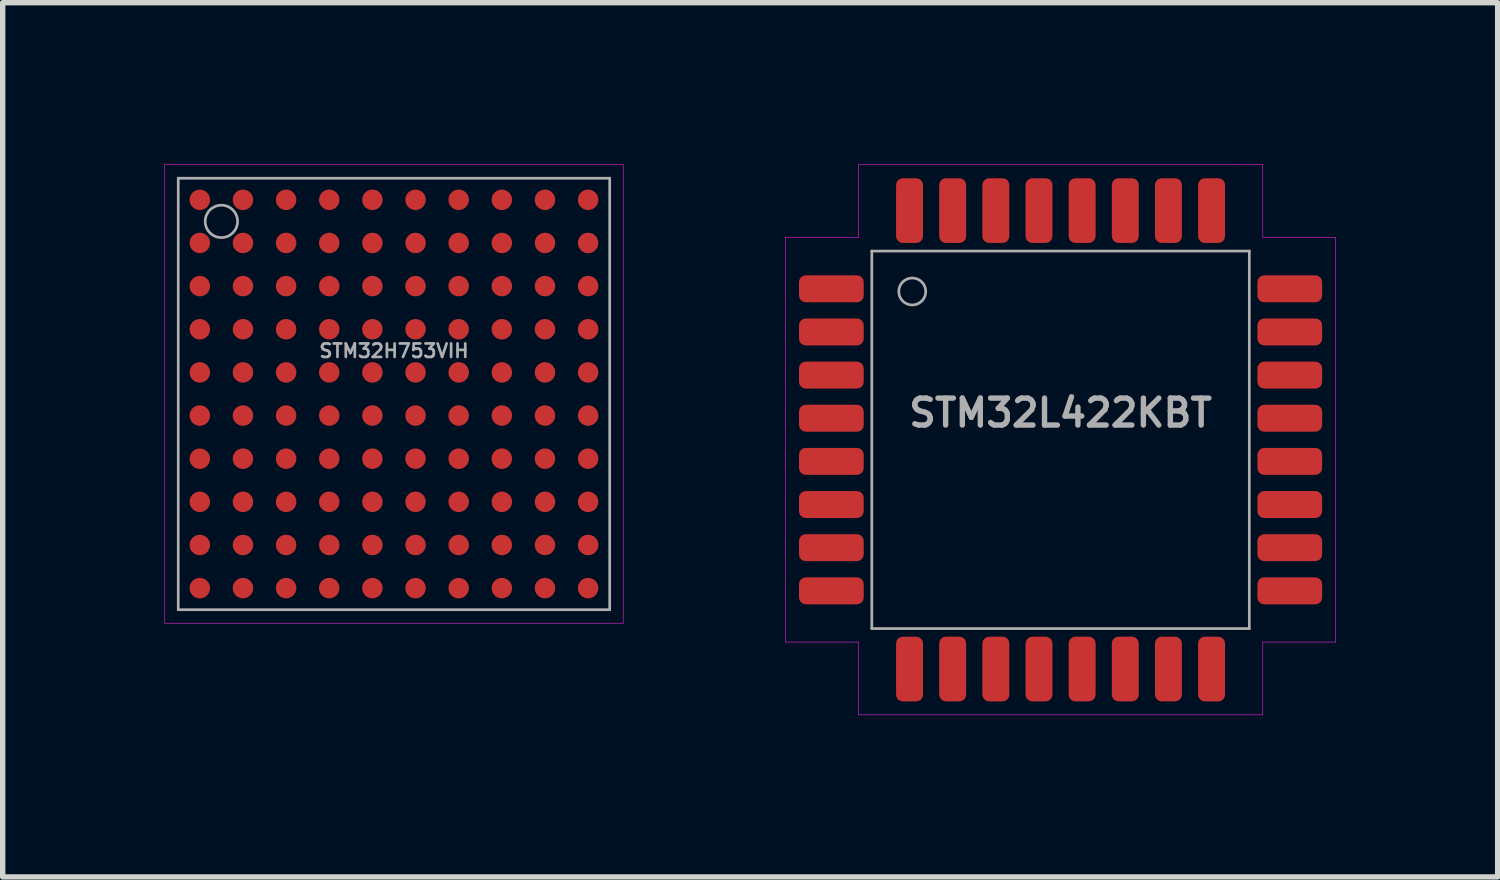
<source format=kicad_pcb>
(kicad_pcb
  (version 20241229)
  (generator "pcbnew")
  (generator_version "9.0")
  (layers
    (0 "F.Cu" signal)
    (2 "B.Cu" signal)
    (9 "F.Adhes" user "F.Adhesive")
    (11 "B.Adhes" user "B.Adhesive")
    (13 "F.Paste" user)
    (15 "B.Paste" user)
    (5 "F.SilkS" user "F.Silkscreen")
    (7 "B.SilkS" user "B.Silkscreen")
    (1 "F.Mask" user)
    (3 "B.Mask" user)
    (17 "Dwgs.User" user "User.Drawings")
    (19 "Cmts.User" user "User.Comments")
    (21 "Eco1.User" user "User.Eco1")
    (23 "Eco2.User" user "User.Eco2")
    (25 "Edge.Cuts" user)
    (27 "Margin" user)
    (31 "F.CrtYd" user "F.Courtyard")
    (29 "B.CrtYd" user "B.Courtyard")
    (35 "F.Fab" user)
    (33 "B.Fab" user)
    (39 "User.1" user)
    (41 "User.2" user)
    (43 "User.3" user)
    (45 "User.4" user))
  (footprint "STM32H753VIH"
    (layer "F.Cu")
    (at 4.255 4.255)
    (property "Reference" "STM32H753VIH" (at 0 -0.8 0) (layer "F.Fab") (effects (font (size 0.25 0.25) (thickness 0.05))))
    (attr smd)
    (fp_line (start -4.25 -4.25) (end 4.25 -4.25) (stroke (width 0.01) (type solid)) (layer "F.CrtYd"))
    (fp_line (start -4.25 4.25) (end -4.25 -4.25) (stroke (width 0.01) (type solid)) (layer "F.CrtYd"))
    (fp_line (start 4.25 -4.25) (end 4.25 4.25) (stroke (width 0.01) (type solid)) (layer "F.CrtYd"))
    (fp_line (start 4.25 4.25) (end -4.25 4.25) (stroke (width 0.01) (type solid)) (layer "F.CrtYd"))
    (fp_line (start -4 -4) (end -4 4) (stroke (width 0.05) (type solid)) (layer "F.Fab"))
    (fp_line (start -4 4) (end 4 4) (stroke (width 0.05) (type solid)) (layer "F.Fab"))
    (fp_line (start 4 -4) (end -4 -4) (stroke (width 0.05) (type solid)) (layer "F.Fab"))
    (fp_line (start 4 4) (end 4 -4) (stroke (width 0.05) (type solid)) (layer "F.Fab"))
    (fp_circle (center -3.2 -3.2) (end -2.9 -3.2) (stroke (width 0.05) (type solid)) (fill no) (layer "F.Fab"))
    (pad "A1" smd circle (at -3.6 -3.6) (size 0.38 0.38) (layers "F.Cu" "F.Mask" "F.Paste"))
    (pad "A2" smd circle (at -2.8 -3.6) (size 0.38 0.38) (layers "F.Cu" "F.Mask" "F.Paste"))
    (pad "A3" smd circle (at -2 -3.6) (size 0.38 0.38) (layers "F.Cu" "F.Mask" "F.Paste"))
    (pad "A4" smd circle (at -1.2 -3.6) (size 0.38 0.38) (layers "F.Cu" "F.Mask" "F.Paste"))
    (pad "A5" smd circle (at -0.4 -3.6) (size 0.38 0.38) (layers "F.Cu" "F.Mask" "F.Paste"))
    (pad "A6" smd circle (at 0.4 -3.6) (size 0.38 0.38) (layers "F.Cu" "F.Mask" "F.Paste"))
    (pad "A7" smd circle (at 1.2 -3.6) (size 0.38 0.38) (layers "F.Cu" "F.Mask" "F.Paste"))
    (pad "A8" smd circle (at 2 -3.6) (size 0.38 0.38) (layers "F.Cu" "F.Mask" "F.Paste"))
    (pad "A9" smd circle (at 2.8 -3.6) (size 0.38 0.38) (layers "F.Cu" "F.Mask" "F.Paste"))
    (pad "A10" smd circle (at 3.6 -3.6) (size 0.38 0.38) (layers "F.Cu" "F.Mask" "F.Paste"))
    (pad "B1" smd circle (at -3.6 -2.8) (size 0.38 0.38) (layers "F.Cu" "F.Mask" "F.Paste"))
    (pad "B2" smd circle (at -2.8 -2.8) (size 0.38 0.38) (layers "F.Cu" "F.Mask" "F.Paste"))
    (pad "B3" smd circle (at -2 -2.8) (size 0.38 0.38) (layers "F.Cu" "F.Mask" "F.Paste"))
    (pad "B4" smd circle (at -1.2 -2.8) (size 0.38 0.38) (layers "F.Cu" "F.Mask" "F.Paste"))
    (pad "B5" smd circle (at -0.4 -2.8) (size 0.38 0.38) (layers "F.Cu" "F.Mask" "F.Paste"))
    (pad "B6" smd circle (at 0.4 -2.8) (size 0.38 0.38) (layers "F.Cu" "F.Mask" "F.Paste"))
    (pad "B7" smd circle (at 1.2 -2.8) (size 0.38 0.38) (layers "F.Cu" "F.Mask" "F.Paste"))
    (pad "B8" smd circle (at 2 -2.8) (size 0.38 0.38) (layers "F.Cu" "F.Mask" "F.Paste"))
    (pad "B9" smd circle (at 2.8 -2.8) (size 0.38 0.38) (layers "F.Cu" "F.Mask" "F.Paste"))
    (pad "B10" smd circle (at 3.6 -2.8) (size 0.38 0.38) (layers "F.Cu" "F.Mask" "F.Paste"))
    (pad "C1" smd circle (at -3.6 -2) (size 0.38 0.38) (layers "F.Cu" "F.Mask" "F.Paste"))
    (pad "C2" smd circle (at -2.8 -2) (size 0.38 0.38) (layers "F.Cu" "F.Mask" "F.Paste"))
    (pad "C3" smd circle (at -2 -2) (size 0.38 0.38) (layers "F.Cu" "F.Mask" "F.Paste"))
    (pad "C4" smd circle (at -1.2 -2) (size 0.38 0.38) (layers "F.Cu" "F.Mask" "F.Paste"))
    (pad "C5" smd circle (at -0.4 -2) (size 0.38 0.38) (layers "F.Cu" "F.Mask" "F.Paste"))
    (pad "C6" smd circle (at 0.4 -2) (size 0.38 0.38) (layers "F.Cu" "F.Mask" "F.Paste"))
    (pad "C7" smd circle (at 1.2 -2) (size 0.38 0.38) (layers "F.Cu" "F.Mask" "F.Paste"))
    (pad "C8" smd circle (at 2 -2) (size 0.38 0.38) (layers "F.Cu" "F.Mask" "F.Paste"))
    (pad "C9" smd circle (at 2.8 -2) (size 0.38 0.38) (layers "F.Cu" "F.Mask" "F.Paste"))
    (pad "C10" smd circle (at 3.6 -2) (size 0.38 0.38) (layers "F.Cu" "F.Mask" "F.Paste"))
    (pad "D1" smd circle (at -3.6 -1.2) (size 0.38 0.38) (layers "F.Cu" "F.Mask" "F.Paste"))
    (pad "D2" smd circle (at -2.8 -1.2) (size 0.38 0.38) (layers "F.Cu" "F.Mask" "F.Paste"))
    (pad "D3" smd circle (at -2 -1.2) (size 0.38 0.38) (layers "F.Cu" "F.Mask" "F.Paste"))
    (pad "D4" smd circle (at -1.2 -1.2) (size 0.38 0.38) (layers "F.Cu" "F.Mask" "F.Paste"))
    (pad "D5" smd circle (at -0.4 -1.2) (size 0.38 0.38) (layers "F.Cu" "F.Mask" "F.Paste"))
    (pad "D6" smd circle (at 0.4 -1.2) (size 0.38 0.38) (layers "F.Cu" "F.Mask" "F.Paste"))
    (pad "D7" smd circle (at 1.2 -1.2) (size 0.38 0.38) (layers "F.Cu" "F.Mask" "F.Paste"))
    (pad "D8" smd circle (at 2 -1.2) (size 0.38 0.38) (layers "F.Cu" "F.Mask" "F.Paste"))
    (pad "D9" smd circle (at 2.8 -1.2) (size 0.38 0.38) (layers "F.Cu" "F.Mask" "F.Paste"))
    (pad "D10" smd circle (at 3.6 -1.2) (size 0.38 0.38) (layers "F.Cu" "F.Mask" "F.Paste"))
    (pad "E1" smd circle (at -3.6 -0.4) (size 0.38 0.38) (layers "F.Cu" "F.Mask" "F.Paste"))
    (pad "E2" smd circle (at -2.8 -0.4) (size 0.38 0.38) (layers "F.Cu" "F.Mask" "F.Paste"))
    (pad "E3" smd circle (at -2 -0.4) (size 0.38 0.38) (layers "F.Cu" "F.Mask" "F.Paste"))
    (pad "E4" smd circle (at -1.2 -0.4) (size 0.38 0.38) (layers "F.Cu" "F.Mask" "F.Paste"))
    (pad "E5" smd circle (at -0.4 -0.4) (size 0.38 0.38) (layers "F.Cu" "F.Mask" "F.Paste"))
    (pad "E6" smd circle (at 0.4 -0.4) (size 0.38 0.38) (layers "F.Cu" "F.Mask" "F.Paste"))
    (pad "E7" smd circle (at 1.2 -0.4) (size 0.38 0.38) (layers "F.Cu" "F.Mask" "F.Paste"))
    (pad "E8" smd circle (at 2 -0.4) (size 0.38 0.38) (layers "F.Cu" "F.Mask" "F.Paste"))
    (pad "E9" smd circle (at 2.8 -0.4) (size 0.38 0.38) (layers "F.Cu" "F.Mask" "F.Paste"))
    (pad "E10" smd circle (at 3.6 -0.4) (size 0.38 0.38) (layers "F.Cu" "F.Mask" "F.Paste"))
    (pad "F1" smd circle (at -3.6 0.4) (size 0.38 0.38) (layers "F.Cu" "F.Mask" "F.Paste"))
    (pad "F2" smd circle (at -2.8 0.4) (size 0.38 0.38) (layers "F.Cu" "F.Mask" "F.Paste"))
    (pad "F3" smd circle (at -2 0.4) (size 0.38 0.38) (layers "F.Cu" "F.Mask" "F.Paste"))
    (pad "F4" smd circle (at -1.2 0.4) (size 0.38 0.38) (layers "F.Cu" "F.Mask" "F.Paste"))
    (pad "F5" smd circle (at -0.4 0.4) (size 0.38 0.38) (layers "F.Cu" "F.Mask" "F.Paste"))
    (pad "F6" smd circle (at 0.4 0.4) (size 0.38 0.38) (layers "F.Cu" "F.Mask" "F.Paste"))
    (pad "F7" smd circle (at 1.2 0.4) (size 0.38 0.38) (layers "F.Cu" "F.Mask" "F.Paste"))
    (pad "F8" smd circle (at 2 0.4) (size 0.38 0.38) (layers "F.Cu" "F.Mask" "F.Paste"))
    (pad "F9" smd circle (at 2.8 0.4) (size 0.38 0.38) (layers "F.Cu" "F.Mask" "F.Paste"))
    (pad "F10" smd circle (at 3.6 0.4) (size 0.38 0.38) (layers "F.Cu" "F.Mask" "F.Paste"))
    (pad "G1" smd circle (at -3.6 1.2) (size 0.38 0.38) (layers "F.Cu" "F.Mask" "F.Paste"))
    (pad "G2" smd circle (at -2.8 1.2) (size 0.38 0.38) (layers "F.Cu" "F.Mask" "F.Paste"))
    (pad "G3" smd circle (at -2 1.2) (size 0.38 0.38) (layers "F.Cu" "F.Mask" "F.Paste"))
    (pad "G4" smd circle (at -1.2 1.2) (size 0.38 0.38) (layers "F.Cu" "F.Mask" "F.Paste"))
    (pad "G5" smd circle (at -0.4 1.2) (size 0.38 0.38) (layers "F.Cu" "F.Mask" "F.Paste"))
    (pad "G6" smd circle (at 0.4 1.2) (size 0.38 0.38) (layers "F.Cu" "F.Mask" "F.Paste"))
    (pad "G7" smd circle (at 1.2 1.2) (size 0.38 0.38) (layers "F.Cu" "F.Mask" "F.Paste"))
    (pad "G8" smd circle (at 2 1.2) (size 0.38 0.38) (layers "F.Cu" "F.Mask" "F.Paste"))
    (pad "G9" smd circle (at 2.8 1.2) (size 0.38 0.38) (layers "F.Cu" "F.Mask" "F.Paste"))
    (pad "G10" smd circle (at 3.6 1.2) (size 0.38 0.38) (layers "F.Cu" "F.Mask" "F.Paste"))
    (pad "H1" smd circle (at -3.6 2) (size 0.38 0.38) (layers "F.Cu" "F.Mask" "F.Paste"))
    (pad "H2" smd circle (at -2.8 2) (size 0.38 0.38) (layers "F.Cu" "F.Mask" "F.Paste"))
    (pad "H3" smd circle (at -2 2) (size 0.38 0.38) (layers "F.Cu" "F.Mask" "F.Paste"))
    (pad "H4" smd circle (at -1.2 2) (size 0.38 0.38) (layers "F.Cu" "F.Mask" "F.Paste"))
    (pad "H5" smd circle (at -0.4 2) (size 0.38 0.38) (layers "F.Cu" "F.Mask" "F.Paste"))
    (pad "H6" smd circle (at 0.4 2) (size 0.38 0.38) (layers "F.Cu" "F.Mask" "F.Paste"))
    (pad "H7" smd circle (at 1.2 2) (size 0.38 0.38) (layers "F.Cu" "F.Mask" "F.Paste"))
    (pad "H8" smd circle (at 2 2) (size 0.38 0.38) (layers "F.Cu" "F.Mask" "F.Paste"))
    (pad "H9" smd circle (at 2.8 2) (size 0.38 0.38) (layers "F.Cu" "F.Mask" "F.Paste"))
    (pad "H10" smd circle (at 3.6 2) (size 0.38 0.38) (layers "F.Cu" "F.Mask" "F.Paste"))
    (pad "J1" smd circle (at -3.6 2.8) (size 0.38 0.38) (layers "F.Cu" "F.Mask" "F.Paste"))
    (pad "J2" smd circle (at -2.8 2.8) (size 0.38 0.38) (layers "F.Cu" "F.Mask" "F.Paste"))
    (pad "J3" smd circle (at -2 2.8) (size 0.38 0.38) (layers "F.Cu" "F.Mask" "F.Paste"))
    (pad "J4" smd circle (at -1.2 2.8) (size 0.38 0.38) (layers "F.Cu" "F.Mask" "F.Paste"))
    (pad "J5" smd circle (at -0.4 2.8) (size 0.38 0.38) (layers "F.Cu" "F.Mask" "F.Paste"))
    (pad "J6" smd circle (at 0.4 2.8) (size 0.38 0.38) (layers "F.Cu" "F.Mask" "F.Paste"))
    (pad "J7" smd circle (at 1.2 2.8) (size 0.38 0.38) (layers "F.Cu" "F.Mask" "F.Paste"))
    (pad "J8" smd circle (at 2 2.8) (size 0.38 0.38) (layers "F.Cu" "F.Mask" "F.Paste"))
    (pad "J9" smd circle (at 2.8 2.8) (size 0.38 0.38) (layers "F.Cu" "F.Mask" "F.Paste"))
    (pad "J10" smd circle (at 3.6 2.8) (size 0.38 0.38) (layers "F.Cu" "F.Mask" "F.Paste"))
    (pad "K1" smd circle (at -3.6 3.6) (size 0.38 0.38) (layers "F.Cu" "F.Mask" "F.Paste"))
    (pad "K2" smd circle (at -2.8 3.6) (size 0.38 0.38) (layers "F.Cu" "F.Mask" "F.Paste"))
    (pad "K3" smd circle (at -2 3.6) (size 0.38 0.38) (layers "F.Cu" "F.Mask" "F.Paste"))
    (pad "K4" smd circle (at -1.2 3.6) (size 0.38 0.38) (layers "F.Cu" "F.Mask" "F.Paste"))
    (pad "K5" smd circle (at -0.4 3.6) (size 0.38 0.38) (layers "F.Cu" "F.Mask" "F.Paste"))
    (pad "K6" smd circle (at 0.4 3.6) (size 0.38 0.38) (layers "F.Cu" "F.Mask" "F.Paste"))
    (pad "K7" smd circle (at 1.2 3.6) (size 0.38 0.38) (layers "F.Cu" "F.Mask" "F.Paste"))
    (pad "K8" smd circle (at 2 3.6) (size 0.38 0.38) (layers "F.Cu" "F.Mask" "F.Paste"))
    (pad "K9" smd circle (at 2.8 3.6) (size 0.38 0.38) (layers "F.Cu" "F.Mask" "F.Paste"))
    (pad "K10" smd circle (at 3.6 3.6) (size 0.38 0.38) (layers "F.Cu" "F.Mask" "F.Paste")))
  (footprint "STM32L422KBT"
    (layer "F.Cu")
    (at 16.615 5.105)
    (property "Reference" "STM32L422KBT" (at 0 -0.5 0) (layer "F.Fab") (effects (font (size 0.5 0.5) (thickness 0.1))))
    (attr smd)
    (fp_line (start -5.1 -3.75) (end -5.1 3.75) (stroke (width 0.01) (type solid)) (layer "F.CrtYd"))
    (fp_line (start -5.1 -3.75) (end -3.75 -3.75) (stroke (width 0.01) (type solid)) (layer "F.CrtYd"))
    (fp_line (start -3.75 -5.1) (end 3.75 -5.1) (stroke (width 0.01) (type solid)) (layer "F.CrtYd"))
    (fp_line (start -3.75 -3.75) (end -3.75 -5.1) (stroke (width 0.01) (type solid)) (layer "F.CrtYd"))
    (fp_line (start -3.75 3.75) (end -5.1 3.75) (stroke (width 0.01) (type solid)) (layer "F.CrtYd"))
    (fp_line (start -3.75 5.1) (end -3.75 3.75) (stroke (width 0.01) (type solid)) (layer "F.CrtYd"))
    (fp_line (start -3.75 5.1) (end 3.75 5.1) (stroke (width 0.01) (type solid)) (layer "F.CrtYd"))
    (fp_line (start 3.3 -5.1) (end 3.3 -5.1) (stroke (width 0.01) (type solid)) (layer "F.CrtYd"))
    (fp_line (start 3.75 -5.1) (end 3.75 -3.75) (stroke (width 0.01) (type solid)) (layer "F.CrtYd"))
    (fp_line (start 3.75 -3.75) (end 5.1 -3.75) (stroke (width 0.01) (type solid)) (layer "F.CrtYd"))
    (fp_line (start 3.75 3.75) (end 3.75 5.1) (stroke (width 0.01) (type solid)) (layer "F.CrtYd"))
    (fp_line (start 5.1 -3.75) (end 5.1 3.75) (stroke (width 0.01) (type solid)) (layer "F.CrtYd"))
    (fp_line (start 5.1 3.75) (end 3.75 3.75) (stroke (width 0.01) (type solid)) (layer "F.CrtYd"))
    (fp_line (start -3.5 -3.5) (end 3.5 -3.5) (stroke (width 0.05) (type solid)) (layer "F.Fab"))
    (fp_line (start -3.5 3.5) (end -3.5 -3.5) (stroke (width 0.05) (type solid)) (layer "F.Fab"))
    (fp_line (start 3.5 -3.5) (end 3.5 3.5) (stroke (width 0.05) (type solid)) (layer "F.Fab"))
    (fp_line (start 3.5 3.5) (end -3.5 3.5) (stroke (width 0.05) (type solid)) (layer "F.Fab"))
    (fp_circle (center -2.75 -2.75) (end -2.5 -2.75) (stroke (width 0.05) (type solid)) (fill no) (layer "F.Fab"))
    (pad "1" smd roundrect (at -4.25 -2.8) (size 1.2 0.5) (layers "F.Cu" "F.Mask" "F.Paste") (roundrect_rratio 0.25))
    (pad "2" smd roundrect (at -4.25 -2) (size 1.2 0.5) (layers "F.Cu" "F.Mask" "F.Paste") (roundrect_rratio 0.25))
    (pad "3" smd roundrect (at -4.25 -1.2) (size 1.2 0.5) (layers "F.Cu" "F.Mask" "F.Paste") (roundrect_rratio 0.25))
    (pad "4" smd roundrect (at -4.25 -0.4) (size 1.2 0.5) (layers "F.Cu" "F.Mask" "F.Paste") (roundrect_rratio 0.25))
    (pad "5" smd roundrect (at -4.25 0.4) (size 1.2 0.5) (layers "F.Cu" "F.Mask" "F.Paste") (roundrect_rratio 0.25))
    (pad "6" smd roundrect (at -4.25 1.2) (size 1.2 0.5) (layers "F.Cu" "F.Mask" "F.Paste") (roundrect_rratio 0.25))
    (pad "7" smd roundrect (at -4.25 2) (size 1.2 0.5) (layers "F.Cu" "F.Mask" "F.Paste") (roundrect_rratio 0.25))
    (pad "8" smd roundrect (at -4.25 2.8) (size 1.2 0.5) (layers "F.Cu" "F.Mask" "F.Paste") (roundrect_rratio 0.25))
    (pad "9" smd roundrect (at -2.8 4.25 90) (size 1.2 0.5) (layers "F.Cu" "F.Mask" "F.Paste") (roundrect_rratio 0.25))
    (pad "10" smd roundrect (at -2 4.25 90) (size 1.2 0.5) (layers "F.Cu" "F.Mask" "F.Paste") (roundrect_rratio 0.25))
    (pad "11" smd roundrect (at -1.2 4.25 90) (size 1.2 0.5) (layers "F.Cu" "F.Mask" "F.Paste") (roundrect_rratio 0.25))
    (pad "12" smd roundrect (at -0.4 4.25 90) (size 1.2 0.5) (layers "F.Cu" "F.Mask" "F.Paste") (roundrect_rratio 0.25))
    (pad "13" smd roundrect (at 0.4 4.25 90) (size 1.2 0.5) (layers "F.Cu" "F.Mask" "F.Paste") (roundrect_rratio 0.25))
    (pad "14" smd roundrect (at 1.2 4.25 90) (size 1.2 0.5) (layers "F.Cu" "F.Mask" "F.Paste") (roundrect_rratio 0.25))
    (pad "15" smd roundrect (at 2 4.25 90) (size 1.2 0.5) (layers "F.Cu" "F.Mask" "F.Paste") (roundrect_rratio 0.25))
    (pad "16" smd roundrect (at 2.8 4.25 90) (size 1.2 0.5) (layers "F.Cu" "F.Mask" "F.Paste") (roundrect_rratio 0.25))
    (pad "17" smd roundrect (at 4.25 2.8) (size 1.2 0.5) (layers "F.Cu" "F.Mask" "F.Paste") (roundrect_rratio 0.25))
    (pad "18" smd roundrect (at 4.25 2) (size 1.2 0.5) (layers "F.Cu" "F.Mask" "F.Paste") (roundrect_rratio 0.25))
    (pad "19" smd roundrect (at 4.25 1.2) (size 1.2 0.5) (layers "F.Cu" "F.Mask" "F.Paste") (roundrect_rratio 0.25))
    (pad "20" smd roundrect (at 4.25 0.4) (size 1.2 0.5) (layers "F.Cu" "F.Mask" "F.Paste") (roundrect_rratio 0.25))
    (pad "21" smd roundrect (at 4.25 -0.4) (size 1.2 0.5) (layers "F.Cu" "F.Mask" "F.Paste") (roundrect_rratio 0.25))
    (pad "22" smd roundrect (at 4.25 -1.2) (size 1.2 0.5) (layers "F.Cu" "F.Mask" "F.Paste") (roundrect_rratio 0.25))
    (pad "23" smd roundrect (at 4.25 -2) (size 1.2 0.5) (layers "F.Cu" "F.Mask" "F.Paste") (roundrect_rratio 0.25))
    (pad "24" smd roundrect (at 4.25 -2.8) (size 1.2 0.5) (layers "F.Cu" "F.Mask" "F.Paste") (roundrect_rratio 0.25))
    (pad "25" smd roundrect (at 2.8 -4.25 90) (size 1.2 0.5) (layers "F.Cu" "F.Mask" "F.Paste") (roundrect_rratio 0.25))
    (pad "26" smd roundrect (at 2 -4.25 90) (size 1.2 0.5) (layers "F.Cu" "F.Mask" "F.Paste") (roundrect_rratio 0.25))
    (pad "27" smd roundrect (at 1.2 -4.25 90) (size 1.2 0.5) (layers "F.Cu" "F.Mask" "F.Paste") (roundrect_rratio 0.25))
    (pad "28" smd roundrect (at 0.4 -4.25 90) (size 1.2 0.5) (layers "F.Cu" "F.Mask" "F.Paste") (roundrect_rratio 0.25))
    (pad "29" smd roundrect (at -0.4 -4.25 90) (size 1.2 0.5) (layers "F.Cu" "F.Mask" "F.Paste") (roundrect_rratio 0.25))
    (pad "30" smd roundrect (at -1.2 -4.25 90) (size 1.2 0.5) (layers "F.Cu" "F.Mask" "F.Paste") (roundrect_rratio 0.25))
    (pad "31" smd roundrect (at -2 -4.25 90) (size 1.2 0.5) (layers "F.Cu" "F.Mask" "F.Paste") (roundrect_rratio 0.25))
    (pad "32" smd roundrect (at -2.8 -4.25 90) (size 1.2 0.5) (layers "F.Cu" "F.Mask" "F.Paste") (roundrect_rratio 0.25)))
  (gr_rect
    (start -3 -3)
    (end 24.72 13.21)
    (stroke (width 0.1) (type default))
    (fill no)
    (layer "Edge.Cuts")))
</source>
